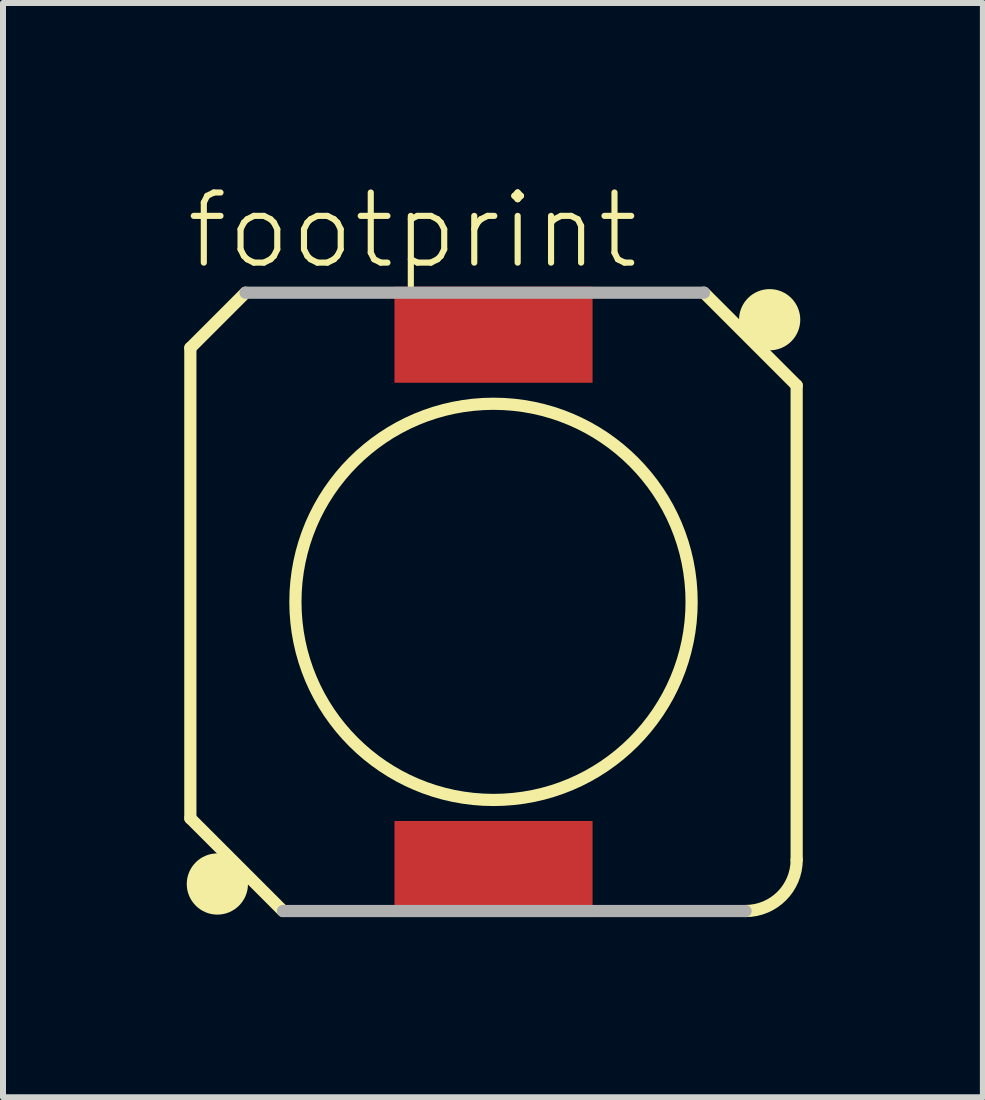
<source format=kicad_pcb>
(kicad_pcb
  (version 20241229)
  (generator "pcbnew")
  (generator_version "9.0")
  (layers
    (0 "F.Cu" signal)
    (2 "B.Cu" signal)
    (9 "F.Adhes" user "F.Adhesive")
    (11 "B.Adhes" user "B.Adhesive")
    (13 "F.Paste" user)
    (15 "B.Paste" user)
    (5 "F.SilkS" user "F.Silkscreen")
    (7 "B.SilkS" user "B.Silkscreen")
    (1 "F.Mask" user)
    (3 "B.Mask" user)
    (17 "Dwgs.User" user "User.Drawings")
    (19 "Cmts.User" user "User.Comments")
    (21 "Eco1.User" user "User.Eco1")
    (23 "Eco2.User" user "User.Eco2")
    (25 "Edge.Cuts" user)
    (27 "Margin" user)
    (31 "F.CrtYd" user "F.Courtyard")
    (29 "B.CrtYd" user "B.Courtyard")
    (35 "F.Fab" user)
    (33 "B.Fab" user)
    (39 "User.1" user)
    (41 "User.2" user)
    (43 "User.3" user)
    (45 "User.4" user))
  (footprint "footprint"
    (layer "F.Cu")
    (at 5.171 6.976)
    (property "Reference" "footprint" (at -5.171 -5.503 0) (layer "F.SilkS") (effects (font (size 1.168 1.168) (thickness 0.102)) (justify left bottom)))
    (fp_line (start -5.05 -4.231) (end -4.131 -5.15) (stroke (width 0.203) (type solid)) (layer "F.SilkS"))
    (fp_line (start -5.05 3.606) (end -5.05 -4.231) (stroke (width 0.203) (type solid)) (layer "F.SilkS"))
    (fp_line (start -3.506 5.15) (end -5.05 3.606) (stroke (width 0.203) (type solid)) (layer "F.SilkS"))
    (fp_line (start 3.506 -5.15) (end 5.05 -3.606) (stroke (width 0.203) (type solid)) (layer "F.SilkS"))
    (fp_line (start 5.05 -3.606) (end 5.05 4.299) (stroke (width 0.203) (type solid)) (layer "F.SilkS"))
    (fp_arc (start 5.05 4.2986) (mid 4.800631 4.900631) (end 4.1986 5.15) (stroke (width 0.2032) (type solid)) (layer "F.SilkS"))
    (fp_circle (center -4.6 4.7) (end -4.345 4.7) (stroke (width 0.51) (type solid)) (fill yes) (layer "F.SilkS"))
    (fp_circle (center 0 0) (end 3.3 0) (stroke (width 0.203) (type solid)) (fill no) (layer "F.SilkS"))
    (fp_circle (center 4.6 -4.7) (end 4.855 -4.7) (stroke (width 0.51) (type solid)) (fill yes) (layer "F.SilkS"))
    (fp_line (start -4.131 -5.15) (end 3.506 -5.15) (stroke (width 0.203) (type solid)) (layer "F.Fab"))
    (fp_line (start 4.199 5.15) (end -3.506 5.15) (stroke (width 0.203) (type solid)) (layer "F.Fab"))
    (pad "1" smd rect (at 0 -4.45) (size 3.3 1.6) (layers "F.Cu" "F.Mask" "F.Paste"))
    (pad "2" smd rect (at 0 4.45) (size 3.3 1.6) (layers "F.Cu" "F.Mask" "F.Paste")))
  (gr_rect
    (start -3 -3)
    (end 13.323 15.228)
    (stroke (width 0.1) (type default))
    (fill no)
    (layer "Edge.Cuts")))
</source>
